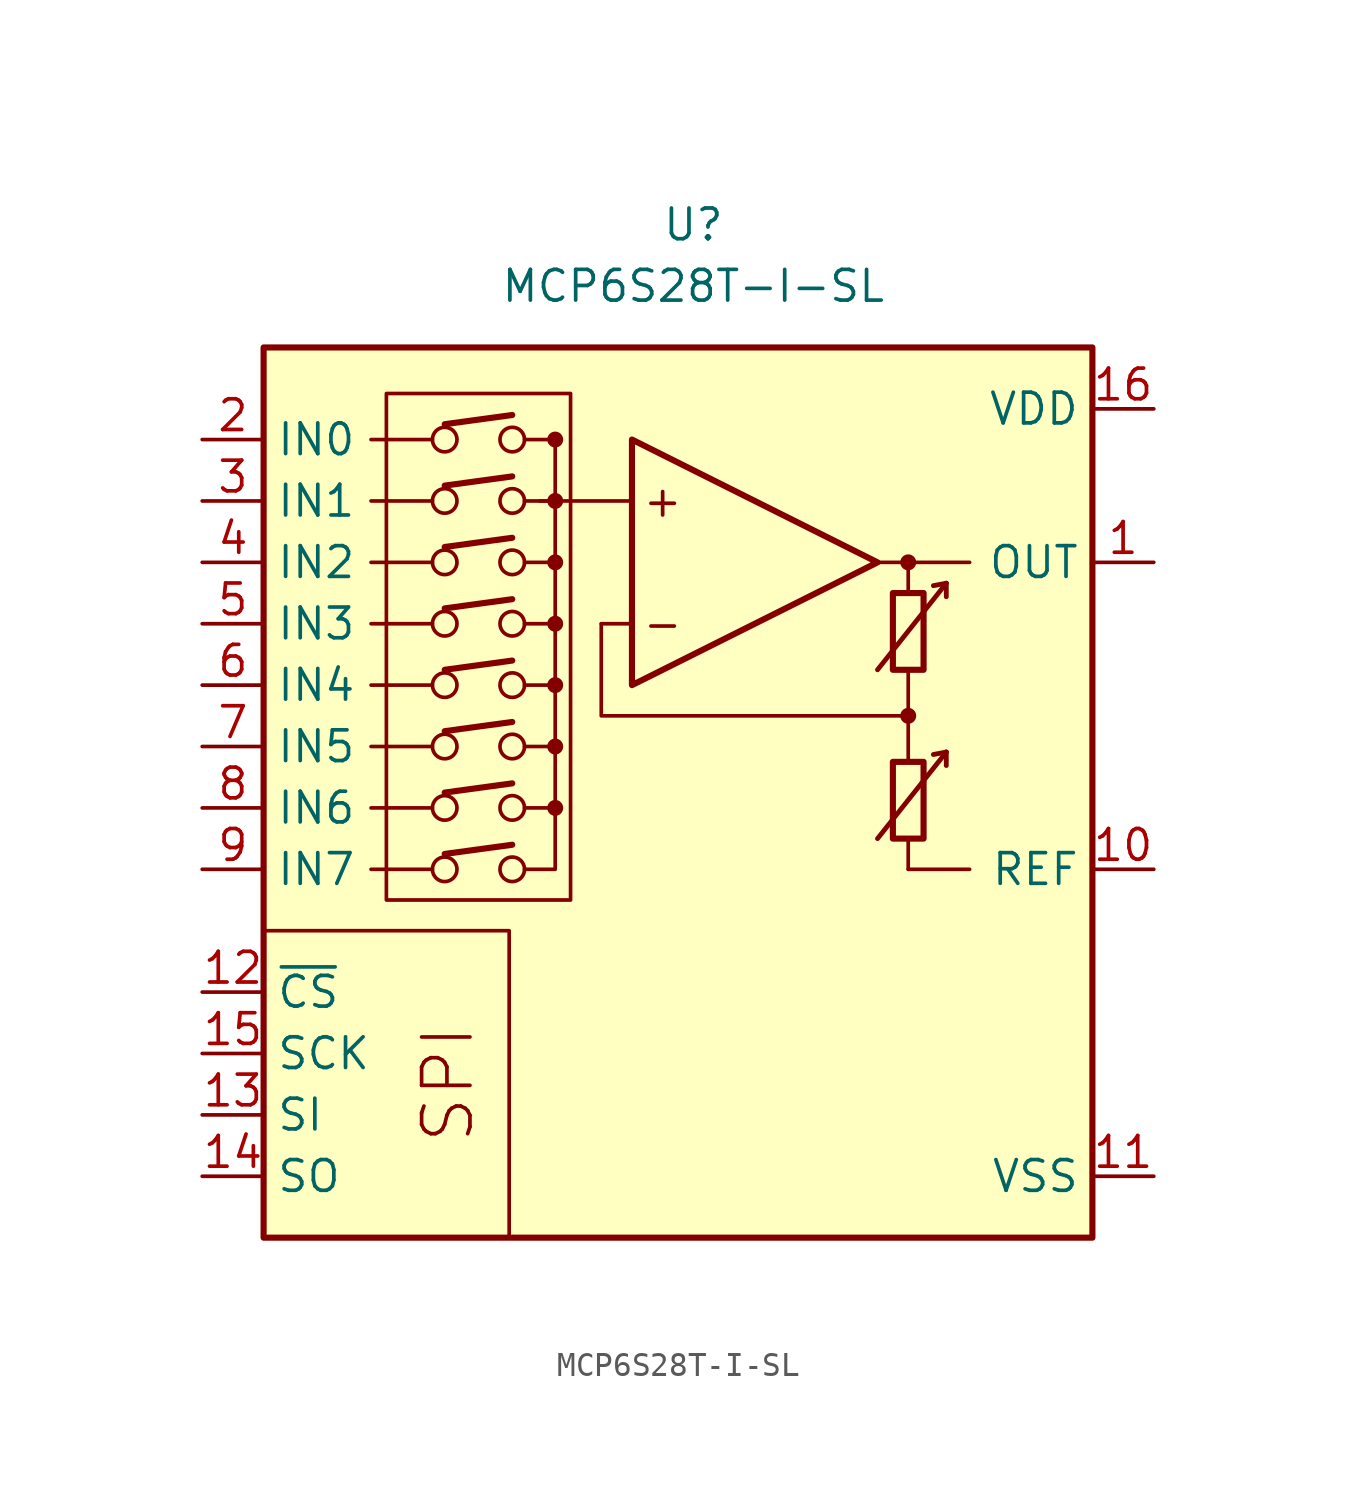
<source format=kicad_sym>
(kicad_symbol_lib
  (version 20211014)
  (generator kicad_symbol_editor)
  (symbol "MCP6S28T-I-SL"
    (property "Reference" "U"
      (at 0 19.05 0)
      (effects (font (size 1.27 1.27))))
    (property "Value" "MCP6S28T-I-SL"
      (at 0 16.51 0)
      (effects (font (size 1.27 1.27))))
    (symbol "MCP6S28T-I-SL_0_0"
      (rectangle (start -17.78 13.97) (end 16.51 -22.86) (stroke (width 0.254) (type default) (color 0 0 0 0)) (fill (type background)))
      (rectangle (start -12.7 12.065) (end -5.08 -8.89) (stroke (width 0.152) (type default) (color 0 0 0 0)) (fill (type none)))
      (circle (center -10.287 -7.62) (radius 0.508) (stroke (width 0) (type default) (color 0 0 0 0)) (fill (type none)))
      (circle (center -10.287 -5.08) (radius 0.508) (stroke (width 0) (type default) (color 0 0 0 0)) (fill (type none)))
      (circle (center -10.287 -2.54) (radius 0.508) (stroke (width 0) (type default) (color 0 0 0 0)) (fill (type none)))
      (circle (center -10.287 0) (radius 0.508) (stroke (width 0) (type default) (color 0 0 0 0)) (fill (type none)))
      (circle (center -10.287 2.54) (radius 0.508) (stroke (width 0) (type default) (color 0 0 0 0)) (fill (type none)))
      (circle (center -10.287 5.08) (radius 0.508) (stroke (width 0) (type default) (color 0 0 0 0)) (fill (type none)))
      (circle (center -10.287 7.62) (radius 0.508) (stroke (width 0) (type default) (color 0 0 0 0)) (fill (type none)))
      (circle (center -10.287 10.16) (radius 0.508) (stroke (width 0) (type default) (color 0 0 0 0)) (fill (type none)))
      (circle (center -7.493 -7.62) (radius 0.508) (stroke (width 0) (type default) (color 0 0 0 0)) (fill (type none)))
      (circle (center -7.493 -5.08) (radius 0.508) (stroke (width 0) (type default) (color 0 0 0 0)) (fill (type none)))
      (circle (center -7.493 -2.54) (radius 0.508) (stroke (width 0) (type default) (color 0 0 0 0)) (fill (type none)))
      (circle (center -7.493 0) (radius 0.508) (stroke (width 0) (type default) (color 0 0 0 0)) (fill (type none)))
      (circle (center -7.493 2.54) (radius 0.508) (stroke (width 0) (type default) (color 0 0 0 0)) (fill (type none)))
      (circle (center -7.493 5.08) (radius 0.508) (stroke (width 0) (type default) (color 0 0 0 0)) (fill (type none)))
      (circle (center -7.493 7.62) (radius 0.508) (stroke (width 0) (type default) (color 0 0 0 0)) (fill (type none)))
      (circle (center -7.493 10.16) (radius 0.508) (stroke (width 0) (type default) (color 0 0 0 0)) (fill (type none)))
      (circle (center -5.715 -5.08) (radius 0.254) (stroke (width 0.152) (type default) (color 0 0 0 0)) (fill (type outline)))
      (circle (center -5.715 -2.54) (radius 0.254) (stroke (width 0.152) (type default) (color 0 0 0 0)) (fill (type outline)))
      (circle (center -5.715 0) (radius 0.254) (stroke (width 0.152) (type default) (color 0 0 0 0)) (fill (type outline)))
      (circle (center -5.715 2.54) (radius 0.254) (stroke (width 0.152) (type default) (color 0 0 0 0)) (fill (type outline)))
      (circle (center -5.715 5.08) (radius 0.254) (stroke (width 0.152) (type default) (color 0 0 0 0)) (fill (type outline)))
      (circle (center -5.715 7.62) (radius 0.254) (stroke (width 0.152) (type default) (color 0 0 0 0)) (fill (type outline)))
      (circle (center -5.715 10.16) (radius 0.254) (stroke (width 0.152) (type default) (color 0 0 0 0)) (fill (type outline)))
      (polyline (pts (xy 8.89 -3.81)) (stroke (width 0.152) (type default) (color 0 0 0 0)) (fill (type none)))
      (polyline (pts (xy 8.89 3.81)) (stroke (width 0.152) (type default) (color 0 0 0 0)) (fill (type none)))
      (polyline (pts (xy -10.795 -7.62) (xy -13.335 -7.62)) (stroke (width 0.152) (type default) (color 0 0 0 0)) (fill (type none)))
      (polyline (pts (xy -10.795 -5.08) (xy -13.335 -5.08)) (stroke (width 0.152) (type default) (color 0 0 0 0)) (fill (type none)))
      (polyline (pts (xy -10.795 -2.54) (xy -13.335 -2.54)) (stroke (width 0.152) (type default) (color 0 0 0 0)) (fill (type none)))
      (polyline (pts (xy -10.795 0) (xy -13.335 0)) (stroke (width 0.152) (type default) (color 0 0 0 0)) (fill (type none)))
      (polyline (pts (xy -10.795 2.54) (xy -13.335 2.54)) (stroke (width 0.152) (type default) (color 0 0 0 0)) (fill (type none)))
      (polyline (pts (xy -10.795 5.08) (xy -13.335 5.08)) (stroke (width 0.152) (type default) (color 0 0 0 0)) (fill (type none)))
      (polyline (pts (xy -10.795 7.62) (xy -13.335 7.62)) (stroke (width 0.152) (type default) (color 0 0 0 0)) (fill (type none)))
      (polyline (pts (xy -10.795 10.16) (xy -13.335 10.16)) (stroke (width 0.152) (type default) (color 0 0 0 0)) (fill (type none)))
      (polyline (pts (xy -10.287 -6.985) (xy -7.493 -6.604)) (stroke (width 0.254) (type default) (color 0 0 0 0)) (fill (type none)))
      (polyline (pts (xy -10.287 -4.445) (xy -7.493 -4.064)) (stroke (width 0.254) (type default) (color 0 0 0 0)) (fill (type none)))
      (polyline (pts (xy -10.287 -1.905) (xy -7.493 -1.524)) (stroke (width 0.254) (type default) (color 0 0 0 0)) (fill (type none)))
      (polyline (pts (xy -10.287 0.635) (xy -7.493 1.016)) (stroke (width 0.254) (type default) (color 0 0 0 0)) (fill (type none)))
      (polyline (pts (xy -10.287 3.175) (xy -7.493 3.556)) (stroke (width 0.254) (type default) (color 0 0 0 0)) (fill (type none)))
      (polyline (pts (xy -10.287 5.715) (xy -7.493 6.096)) (stroke (width 0.254) (type default) (color 0 0 0 0)) (fill (type none)))
      (polyline (pts (xy -10.287 8.255) (xy -7.493 8.636)) (stroke (width 0.254) (type default) (color 0 0 0 0)) (fill (type none)))
      (polyline (pts (xy -10.287 10.795) (xy -7.493 11.176)) (stroke (width 0.254) (type default) (color 0 0 0 0)) (fill (type none)))
      (polyline (pts (xy -5.715 10.16) (xy -6.985 10.16)) (stroke (width 0.152) (type default) (color 0 0 0 0)) (fill (type none)))
      (polyline (pts (xy -2.54 2.54) (xy -3.81 2.54)) (stroke (width 0.152) (type default) (color 0 0 0 0)) (fill (type none)))
      (polyline (pts (xy -2.54 7.62) (xy -6.35 7.62)) (stroke (width 0.152) (type default) (color 0 0 0 0)) (fill (type none)))
      (polyline (pts (xy 7.62 5.08) (xy 11.43 5.08)) (stroke (width 0.152) (type default) (color 0 0 0 0)) (fill (type none)))
      (polyline (pts (xy 8.89 -6.35) (xy 8.89 -7.62)) (stroke (width 0.152) (type default) (color 0 0 0 0)) (fill (type none)))
      (polyline (pts (xy 8.89 -1.27) (xy 8.89 -3.175)) (stroke (width 0.152) (type default) (color 0 0 0 0)) (fill (type none)))
      (polyline (pts (xy 8.89 0.635) (xy 8.89 -1.27)) (stroke (width 0.152) (type default) (color 0 0 0 0)) (fill (type none)))
      (polyline (pts (xy 8.89 5.08) (xy 8.89 3.81)) (stroke (width 0.152) (type default) (color 0 0 0 0)) (fill (type none)))
      (polyline (pts (xy -7.62 -22.86) (xy -7.62 -10.16) (xy -17.78 -10.16)) (stroke (width 0.152) (type default) (color 0 0 0 0)) (fill (type none)))
      (polyline (pts (xy -6.985 -7.62) (xy -5.715 -7.62) (xy -5.715 -5.08)) (stroke (width 0.152) (type default) (color 0 0 0 0)) (fill (type none)))
      (polyline (pts (xy -6.985 -5.08) (xy -5.715 -5.08) (xy -5.715 -2.54)) (stroke (width 0.152) (type default) (color 0 0 0 0)) (fill (type none)))
      (polyline (pts (xy -6.985 -2.54) (xy -5.715 -2.54) (xy -5.715 0)) (stroke (width 0.152) (type default) (color 0 0 0 0)) (fill (type none)))
      (polyline (pts (xy -6.985 0) (xy -5.715 0) (xy -5.715 2.54)) (stroke (width 0.152) (type default) (color 0 0 0 0)) (fill (type none)))
      (polyline (pts (xy -6.985 2.54) (xy -5.715 2.54) (xy -5.715 5.08)) (stroke (width 0.152) (type default) (color 0 0 0 0)) (fill (type none)))
      (polyline (pts (xy -6.985 5.08) (xy -5.715 5.08) (xy -5.715 7.62)) (stroke (width 0.152) (type default) (color 0 0 0 0)) (fill (type none)))
      (polyline (pts (xy -6.985 7.62) (xy -5.715 7.62) (xy -5.715 10.16)) (stroke (width 0.152) (type default) (color 0 0 0 0)) (fill (type none)))
      (polyline (pts (xy 8.89 -1.27) (xy -3.81 -1.27) (xy -3.81 2.54)) (stroke (width 0.152) (type default) (color 0 0 0 0)) (fill (type none)))
      (circle (center 8.89 -1.27) (radius 0.254) (stroke (width 0.152) (type default) (color 0 0 0 0)) (fill (type outline)))
      (circle (center 8.89 5.08) (radius 0.254) (stroke (width 0.152) (type default) (color 0 0 0 0)) (fill (type outline)))
      (text "+" (at -1.27 7.62 0) (effects (font (size 1.27 1.27))))
      (text "-" (at -1.27 2.54 0) (effects (font (size 1.27 1.27))))
      (text "SPI" (at -10.16 -16.51 900) (effects (font (size 2 2)))))
    (symbol "MCP6S28T-I-SL_0_1"
      (polyline (pts (xy 8.89 -7.62) (xy 11.43 -7.62)) (stroke (width 0) (type default) (color 0 0 0 0)) (fill (type none)))
      (polyline (pts (xy 10.465 -2.769) (xy 9.931 -2.87)) (stroke (width 0.2) (type default) (color 0 0 0 0)) (fill (type none)))
      (polyline (pts (xy 10.465 -2.769) (xy 10.465 -3.327)) (stroke (width 0.2) (type default) (color 0 0 0 0)) (fill (type none)))
      (polyline (pts (xy 10.465 4.216) (xy 9.931 4.115)) (stroke (width 0.2) (type default) (color 0 0 0 0)) (fill (type none)))
      (polyline (pts (xy 10.465 4.216) (xy 10.465 3.658)) (stroke (width 0.2) (type default) (color 0 0 0 0)) (fill (type none)))
      (polyline (pts (xy -2.54 10.16) (xy -2.54 0) (xy 7.62 5.08) (xy -2.54 10.16)) (stroke (width 0.254) (type default) (color 0 0 0 0)) (fill (type background)))
      (polyline (pts (xy 7.62 -6.35) (xy 10.465 -2.769) (xy 10.465 -2.769) (xy 10.465 -2.769)) (stroke (width 0.2) (type default) (color 0 0 0 0)) (fill (type none)))
      (polyline (pts (xy 7.62 0.635) (xy 10.465 4.216) (xy 10.465 4.216) (xy 10.465 4.216)) (stroke (width 0.2) (type default) (color 0 0 0 0)) (fill (type none)))
      (rectangle (start 8.255 -3.175) (end 9.525 -6.35) (stroke (width 0.254) (type default) (color 0 0 0 0)) (fill (type none)))
      (rectangle (start 8.255 3.81) (end 9.525 0.635) (stroke (width 0.254) (type default) (color 0 0 0 0)) (fill (type none))))
    (symbol "MCP6S28T-I-SL_1_1"
      (pin output line (at 19.05 5.08 180) (length 2.54) (name "OUT" (effects (font (size 1.27 1.27)))) (number "1" (effects (font (size 1.27 1.27)))))
      (pin passive line (at 19.05 -7.62 180) (length 2.54) (name "REF" (effects (font (size 1.27 1.27)))) (number "10" (effects (font (size 1.27 1.27)))))
      (pin power_in line (at 19.05 -20.32 180) (length 2.54) (name "VSS" (effects (font (size 1.27 1.27)))) (number "11" (effects (font (size 1.27 1.27)))))
      (pin input line (at -20.32 -12.7 0) (length 2.54) (name "~{CS}" (effects (font (size 1.27 1.27)))) (number "12" (effects (font (size 1.27 1.27)))))
      (pin input line (at -20.32 -17.78 0) (length 2.54) (name "SI" (effects (font (size 1.27 1.27)))) (number "13" (effects (font (size 1.27 1.27)))))
      (pin output line (at -20.32 -20.32 0) (length 2.54) (name "SO" (effects (font (size 1.27 1.27)))) (number "14" (effects (font (size 1.27 1.27)))))
      (pin input line (at -20.32 -15.24 0) (length 2.54) (name "SCK" (effects (font (size 1.27 1.27)))) (number "15" (effects (font (size 1.27 1.27)))))
      (pin power_in line (at 19.05 11.43 180) (length 2.54) (name "VDD" (effects (font (size 1.27 1.27)))) (number "16" (effects (font (size 1.27 1.27)))))
      (pin input line (at -20.32 10.16 0) (length 2.54) (name "IN0" (effects (font (size 1.27 1.27)))) (number "2" (effects (font (size 1.27 1.27)))))
      (pin input line (at -20.32 7.62 0) (length 2.54) (name "IN1" (effects (font (size 1.27 1.27)))) (number "3" (effects (font (size 1.27 1.27)))))
      (pin input line (at -20.32 5.08 0) (length 2.54) (name "IN2" (effects (font (size 1.27 1.27)))) (number "4" (effects (font (size 1.27 1.27)))))
      (pin input line (at -20.32 2.54 0) (length 2.54) (name "IN3" (effects (font (size 1.27 1.27)))) (number "5" (effects (font (size 1.27 1.27)))))
      (pin input line (at -20.32 0 0) (length 2.54) (name "IN4" (effects (font (size 1.27 1.27)))) (number "6" (effects (font (size 1.27 1.27)))))
      (pin input line (at -20.32 -2.54 0) (length 2.54) (name "IN5" (effects (font (size 1.27 1.27)))) (number "7" (effects (font (size 1.27 1.27)))))
      (pin input line (at -20.32 -5.08 0) (length 2.54) (name "IN6" (effects (font (size 1.27 1.27)))) (number "8" (effects (font (size 1.27 1.27)))))
      (pin input line (at -20.32 -7.62 0) (length 2.54) (name "IN7" (effects (font (size 1.27 1.27)))) (number "9" (effects (font (size 1.27 1.27))))))))
</source>
